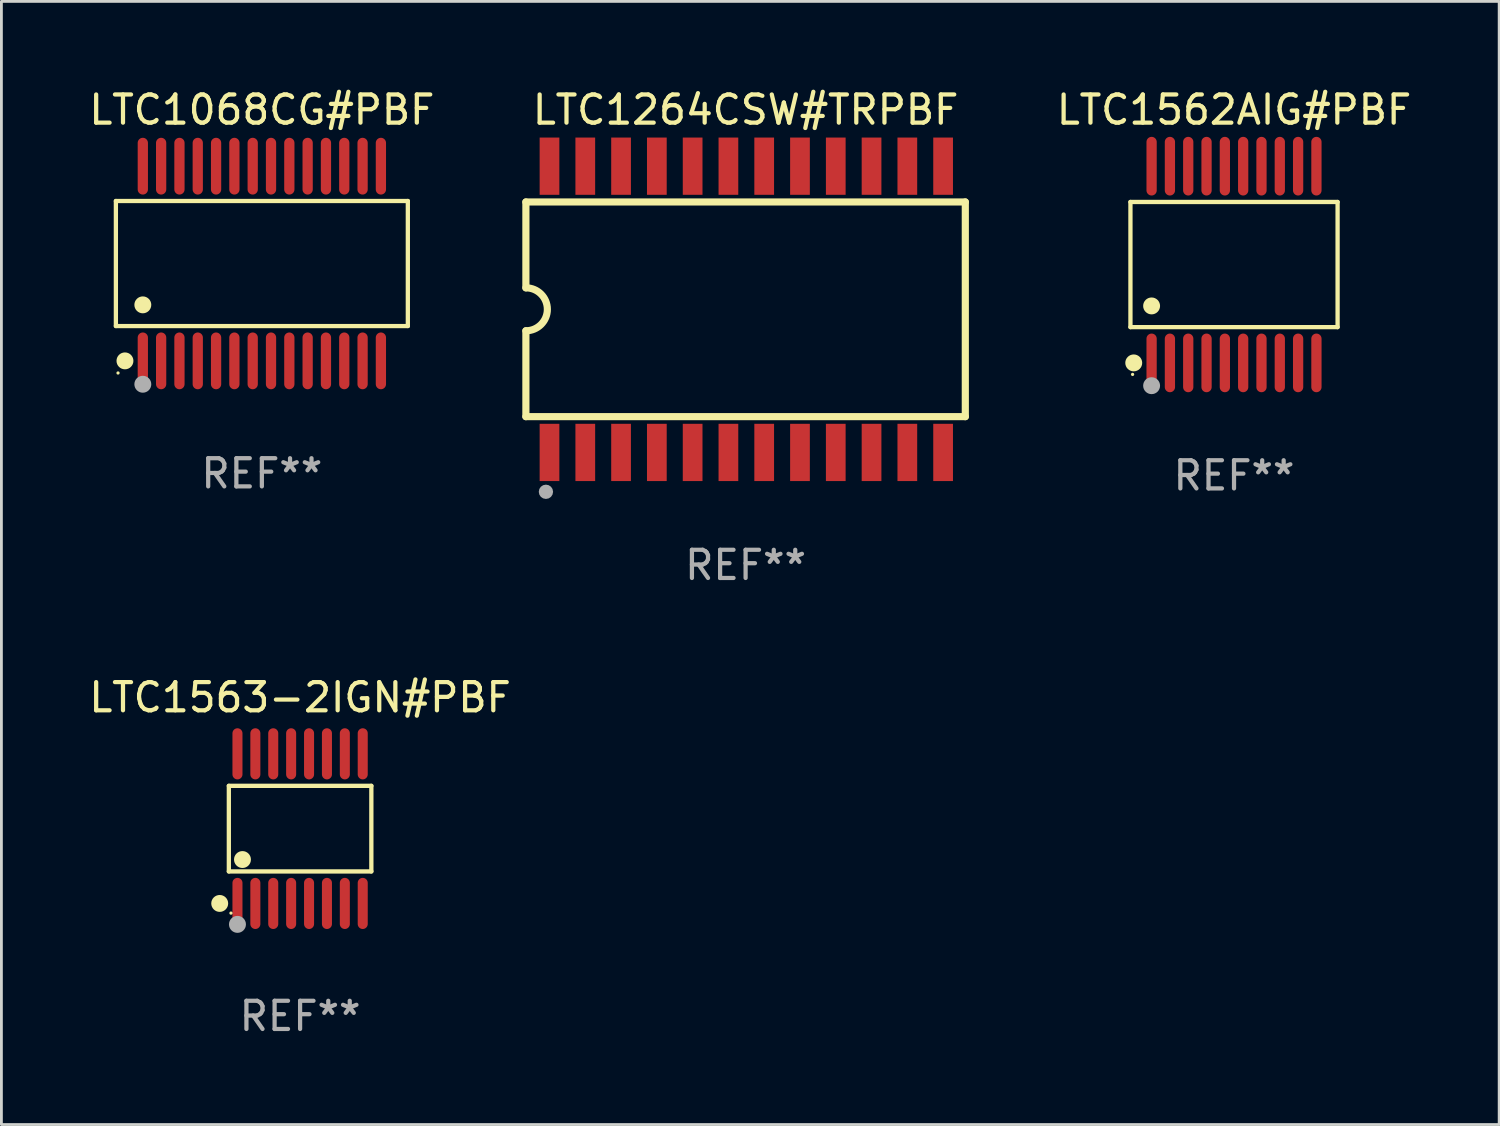
<source format=kicad_pcb>
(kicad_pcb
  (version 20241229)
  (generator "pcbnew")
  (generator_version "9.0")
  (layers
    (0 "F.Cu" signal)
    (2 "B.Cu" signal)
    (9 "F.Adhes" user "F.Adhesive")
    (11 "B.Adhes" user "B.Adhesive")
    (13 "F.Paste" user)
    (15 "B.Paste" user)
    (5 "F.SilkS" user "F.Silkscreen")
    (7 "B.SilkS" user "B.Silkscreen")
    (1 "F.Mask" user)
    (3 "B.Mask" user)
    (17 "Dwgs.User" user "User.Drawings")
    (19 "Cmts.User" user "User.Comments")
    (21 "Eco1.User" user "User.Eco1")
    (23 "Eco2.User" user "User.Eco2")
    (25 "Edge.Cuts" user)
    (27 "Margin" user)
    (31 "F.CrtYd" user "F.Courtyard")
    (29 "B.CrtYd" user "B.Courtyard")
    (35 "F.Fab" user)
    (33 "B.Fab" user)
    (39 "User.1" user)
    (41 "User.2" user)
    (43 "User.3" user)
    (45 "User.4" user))
  (footprint "LTC1068CG#PBF"
    (layer "F.Cu")
    (at 6.244 6.303)
    (property "Reference" "LTC1068CG#PBF" (at 0 -5.455 0) (layer "F.SilkS") (effects (font (size 1 1) (thickness 0.15))))
    (attr through_hole)
    (fp_line (start -5.181 -2.219) (end 5.181 -2.219) (stroke (width 0.152) (type solid)) (layer "F.SilkS"))
    (fp_line (start -5.181 2.219) (end -5.181 -2.219) (stroke (width 0.152) (type solid)) (layer "F.SilkS"))
    (fp_line (start 5.181 -2.219) (end 5.181 2.219) (stroke (width 0.152) (type solid)) (layer "F.SilkS"))
    (fp_line (start 5.181 2.219) (end -5.181 2.219) (stroke (width 0.152) (type solid)) (layer "F.SilkS"))
    (fp_circle (center -5.105 3.885) (end -5.075 3.885) (stroke (width 0.06) (type solid)) (fill no) (layer "F.SilkS"))
    (fp_circle (center -4.859 3.455) (end -4.709 3.455) (stroke (width 0.3) (type solid)) (fill no) (layer "F.SilkS"))
    (fp_circle (center -4.225 1.467) (end -4.075 1.467) (stroke (width 0.3) (type solid)) (fill no) (layer "F.SilkS"))
    (fp_circle (center -4.225 4.285) (end -4.075 4.285) (stroke (width 0.3) (type solid)) (fill no) (layer "F.Fab"))
    (fp_text user "REF**" (at 0 7.455 0) (layer "F.Fab") (effects (font (size 1 1) (thickness 0.15))))
    (pad "1" smd oval (at -4.225 3.455) (size 0.364 2.015) (layers "F.Cu" "F.Mask" "F.Paste"))
    (pad "2" smd oval (at -3.575 3.455) (size 0.364 2.015) (layers "F.Cu" "F.Mask" "F.Paste"))
    (pad "3" smd oval (at -2.925 3.455) (size 0.364 2.015) (layers "F.Cu" "F.Mask" "F.Paste"))
    (pad "4" smd oval (at -2.275 3.455) (size 0.364 2.015) (layers "F.Cu" "F.Mask" "F.Paste"))
    (pad "5" smd oval (at -1.625 3.455) (size 0.364 2.015) (layers "F.Cu" "F.Mask" "F.Paste"))
    (pad "6" smd oval (at -0.975 3.455) (size 0.364 2.015) (layers "F.Cu" "F.Mask" "F.Paste"))
    (pad "7" smd oval (at -0.325 3.455) (size 0.364 2.015) (layers "F.Cu" "F.Mask" "F.Paste"))
    (pad "8" smd oval (at 0.325 3.455) (size 0.364 2.015) (layers "F.Cu" "F.Mask" "F.Paste"))
    (pad "9" smd oval (at 0.975 3.455) (size 0.364 2.015) (layers "F.Cu" "F.Mask" "F.Paste"))
    (pad "10" smd oval (at 1.625 3.455) (size 0.364 2.015) (layers "F.Cu" "F.Mask" "F.Paste"))
    (pad "11" smd oval (at 2.275 3.455) (size 0.364 2.015) (layers "F.Cu" "F.Mask" "F.Paste"))
    (pad "12" smd oval (at 2.925 3.455) (size 0.364 2.015) (layers "F.Cu" "F.Mask" "F.Paste"))
    (pad "13" smd oval (at 3.575 3.455) (size 0.364 2.015) (layers "F.Cu" "F.Mask" "F.Paste"))
    (pad "14" smd oval (at 4.225 3.455) (size 0.364 2.015) (layers "F.Cu" "F.Mask" "F.Paste"))
    (pad "15" smd oval (at 4.225 -3.455) (size 0.364 2.015) (layers "F.Cu" "F.Mask" "F.Paste"))
    (pad "16" smd oval (at 3.575 -3.455) (size 0.364 2.015) (layers "F.Cu" "F.Mask" "F.Paste"))
    (pad "17" smd oval (at 2.925 -3.455) (size 0.364 2.015) (layers "F.Cu" "F.Mask" "F.Paste"))
    (pad "18" smd oval (at 2.275 -3.455) (size 0.364 2.015) (layers "F.Cu" "F.Mask" "F.Paste"))
    (pad "19" smd oval (at 1.625 -3.455) (size 0.364 2.015) (layers "F.Cu" "F.Mask" "F.Paste"))
    (pad "20" smd oval (at 0.975 -3.455) (size 0.364 2.015) (layers "F.Cu" "F.Mask" "F.Paste"))
    (pad "21" smd oval (at 0.325 -3.455) (size 0.364 2.015) (layers "F.Cu" "F.Mask" "F.Paste"))
    (pad "22" smd oval (at -0.325 -3.455) (size 0.364 2.015) (layers "F.Cu" "F.Mask" "F.Paste"))
    (pad "23" smd oval (at -0.975 -3.455) (size 0.364 2.015) (layers "F.Cu" "F.Mask" "F.Paste"))
    (pad "24" smd oval (at -1.625 -3.455) (size 0.364 2.015) (layers "F.Cu" "F.Mask" "F.Paste"))
    (pad "25" smd oval (at -2.275 -3.455) (size 0.364 2.015) (layers "F.Cu" "F.Mask" "F.Paste"))
    (pad "26" smd oval (at -2.925 -3.455) (size 0.364 2.015) (layers "F.Cu" "F.Mask" "F.Paste"))
    (pad "27" smd oval (at -3.575 -3.455) (size 0.364 2.015) (layers "F.Cu" "F.Mask" "F.Paste"))
    (pad "28" smd oval (at -4.225 -3.455) (size 0.364 2.015) (layers "F.Cu" "F.Mask" "F.Paste")))
  (footprint "LTC1562AIG#PBF"
    (layer "F.Cu")
    (at 40.748 6.339)
    (property "Reference" "LTC1562AIG#PBF" (at 0 -5.491 0) (layer "F.SilkS") (effects (font (size 1 1) (thickness 0.15))))
    (attr through_hole)
    (fp_line (start -3.676 -2.221) (end 3.676 -2.221) (stroke (width 0.152) (type solid)) (layer "F.SilkS"))
    (fp_line (start -3.676 2.221) (end -3.676 -2.221) (stroke (width 0.152) (type solid)) (layer "F.SilkS"))
    (fp_line (start 3.676 -2.221) (end 3.676 2.221) (stroke (width 0.152) (type solid)) (layer "F.SilkS"))
    (fp_line (start 3.676 2.221) (end -3.676 2.221) (stroke (width 0.152) (type solid)) (layer "F.SilkS"))
    (fp_circle (center -3.6 3.9) (end -3.57 3.9) (stroke (width 0.06) (type solid)) (fill no) (layer "F.SilkS"))
    (fp_circle (center -3.559 3.491) (end -3.409 3.491) (stroke (width 0.3) (type solid)) (fill no) (layer "F.SilkS"))
    (fp_circle (center -2.925 1.469) (end -2.775 1.469) (stroke (width 0.3) (type solid)) (fill no) (layer "F.SilkS"))
    (fp_circle (center -2.925 4.3) (end -2.775 4.3) (stroke (width 0.3) (type solid)) (fill no) (layer "F.Fab"))
    (fp_text user "REF**" (at 0 7.491 0) (layer "F.Fab") (effects (font (size 1 1) (thickness 0.15))))
    (pad "1" smd oval (at -2.925 3.491) (size 0.364 2.082) (layers "F.Cu" "F.Mask" "F.Paste"))
    (pad "2" smd oval (at -2.275 3.491) (size 0.364 2.082) (layers "F.Cu" "F.Mask" "F.Paste"))
    (pad "3" smd oval (at -1.625 3.491) (size 0.364 2.082) (layers "F.Cu" "F.Mask" "F.Paste"))
    (pad "4" smd oval (at -0.975 3.491) (size 0.364 2.082) (layers "F.Cu" "F.Mask" "F.Paste"))
    (pad "5" smd oval (at -0.325 3.491) (size 0.364 2.082) (layers "F.Cu" "F.Mask" "F.Paste"))
    (pad "6" smd oval (at 0.325 3.491) (size 0.364 2.082) (layers "F.Cu" "F.Mask" "F.Paste"))
    (pad "7" smd oval (at 0.975 3.491) (size 0.364 2.082) (layers "F.Cu" "F.Mask" "F.Paste"))
    (pad "8" smd oval (at 1.625 3.491) (size 0.364 2.082) (layers "F.Cu" "F.Mask" "F.Paste"))
    (pad "9" smd oval (at 2.275 3.491) (size 0.364 2.082) (layers "F.Cu" "F.Mask" "F.Paste"))
    (pad "10" smd oval (at 2.925 3.491) (size 0.364 2.082) (layers "F.Cu" "F.Mask" "F.Paste"))
    (pad "11" smd oval (at 2.925 -3.491) (size 0.364 2.082) (layers "F.Cu" "F.Mask" "F.Paste"))
    (pad "12" smd oval (at 2.275 -3.491) (size 0.364 2.082) (layers "F.Cu" "F.Mask" "F.Paste"))
    (pad "13" smd oval (at 1.625 -3.491) (size 0.364 2.082) (layers "F.Cu" "F.Mask" "F.Paste"))
    (pad "14" smd oval (at 0.975 -3.491) (size 0.364 2.082) (layers "F.Cu" "F.Mask" "F.Paste"))
    (pad "15" smd oval (at 0.325 -3.491) (size 0.364 2.082) (layers "F.Cu" "F.Mask" "F.Paste"))
    (pad "16" smd oval (at -0.325 -3.491) (size 0.364 2.082) (layers "F.Cu" "F.Mask" "F.Paste"))
    (pad "17" smd oval (at -0.975 -3.491) (size 0.364 2.082) (layers "F.Cu" "F.Mask" "F.Paste"))
    (pad "18" smd oval (at -1.625 -3.491) (size 0.364 2.082) (layers "F.Cu" "F.Mask" "F.Paste"))
    (pad "19" smd oval (at -2.275 -3.491) (size 0.364 2.082) (layers "F.Cu" "F.Mask" "F.Paste"))
    (pad "20" smd oval (at -2.925 -3.491) (size 0.364 2.082) (layers "F.Cu" "F.Mask" "F.Paste")))
  (footprint "LTC1563-2IGN#PBF"
    (layer "F.Cu")
    (at 7.601 26.36)
    (property "Reference" "LTC1563-2IGN#PBF" (at 0 -4.655 0) (layer "F.SilkS") (effects (font (size 1 1) (thickness 0.15))))
    (attr through_hole)
    (fp_line (start -2.529 -1.519) (end 2.529 -1.519) (stroke (width 0.152) (type solid)) (layer "F.SilkS"))
    (fp_line (start -2.529 1.519) (end -2.529 -1.519) (stroke (width 0.152) (type solid)) (layer "F.SilkS"))
    (fp_line (start 2.529 -1.519) (end 2.529 1.519) (stroke (width 0.152) (type solid)) (layer "F.SilkS"))
    (fp_line (start 2.529 1.519) (end -2.529 1.519) (stroke (width 0.152) (type solid)) (layer "F.SilkS"))
    (fp_circle (center -2.853 2.655) (end -2.703 2.655) (stroke (width 0.3) (type solid)) (fill no) (layer "F.SilkS"))
    (fp_circle (center -2.453 2.998) (end -2.423 2.998) (stroke (width 0.06) (type solid)) (fill no) (layer "F.SilkS"))
    (fp_circle (center -2.045 1.097) (end -1.895 1.097) (stroke (width 0.3) (type solid)) (fill no) (layer "F.SilkS"))
    (fp_circle (center -2.223 3.398) (end -2.072 3.398) (stroke (width 0.3) (type solid)) (fill no) (layer "F.Fab"))
    (fp_text user "REF**" (at 0 6.655 0) (layer "F.Fab") (effects (font (size 1 1) (thickness 0.15))))
    (pad "1" smd oval (at -2.223 2.655) (size 0.356 1.815) (layers "F.Cu" "F.Mask" "F.Paste"))
    (pad "2" smd oval (at -1.588 2.655) (size 0.356 1.815) (layers "F.Cu" "F.Mask" "F.Paste"))
    (pad "3" smd oval (at -0.953 2.655) (size 0.356 1.815) (layers "F.Cu" "F.Mask" "F.Paste"))
    (pad "4" smd oval (at -0.318 2.655) (size 0.356 1.815) (layers "F.Cu" "F.Mask" "F.Paste"))
    (pad "5" smd oval (at 0.318 2.655) (size 0.356 1.815) (layers "F.Cu" "F.Mask" "F.Paste"))
    (pad "6" smd oval (at 0.953 2.655) (size 0.356 1.815) (layers "F.Cu" "F.Mask" "F.Paste"))
    (pad "7" smd oval (at 1.588 2.655) (size 0.356 1.815) (layers "F.Cu" "F.Mask" "F.Paste"))
    (pad "8" smd oval (at 2.223 2.655) (size 0.356 1.815) (layers "F.Cu" "F.Mask" "F.Paste"))
    (pad "9" smd oval (at 2.223 -2.655) (size 0.356 1.815) (layers "F.Cu" "F.Mask" "F.Paste"))
    (pad "10" smd oval (at 1.588 -2.655) (size 0.356 1.815) (layers "F.Cu" "F.Mask" "F.Paste"))
    (pad "11" smd oval (at 0.953 -2.655) (size 0.356 1.815) (layers "F.Cu" "F.Mask" "F.Paste"))
    (pad "12" smd oval (at 0.318 -2.655) (size 0.356 1.815) (layers "F.Cu" "F.Mask" "F.Paste"))
    (pad "13" smd oval (at -0.318 -2.655) (size 0.356 1.815) (layers "F.Cu" "F.Mask" "F.Paste"))
    (pad "14" smd oval (at -0.953 -2.655) (size 0.356 1.815) (layers "F.Cu" "F.Mask" "F.Paste"))
    (pad "15" smd oval (at -1.588 -2.655) (size 0.356 1.815) (layers "F.Cu" "F.Mask" "F.Paste"))
    (pad "16" smd oval (at -2.223 -2.655) (size 0.356 1.815) (layers "F.Cu" "F.Mask" "F.Paste")))
  (footprint "LTC1264CSW#TRPBF"
    (layer "F.Cu")
    (at 23.413 7.928)
    (property "Reference" "LTC1264CSW#TRPBF" (at 0 -7.08 0) (layer "F.SilkS") (effects (font (size 1 1) (thickness 0.15))))
    (attr through_hole)
    (fp_line (start -7.798 -3.81) (end -7.798 -0.762) (stroke (width 0.254) (type solid)) (layer "F.SilkS"))
    (fp_line (start -7.798 3.81) (end -7.798 0.762) (stroke (width 0.254) (type solid)) (layer "F.SilkS"))
    (fp_line (start 7.798 -3.81) (end -7.798 -3.81) (stroke (width 0.254) (type solid)) (layer "F.SilkS"))
    (fp_line (start 7.798 3.81) (end -7.798 3.81) (stroke (width 0.254) (type solid)) (layer "F.SilkS"))
    (fp_line (start 7.798 3.81) (end 7.798 -3.81) (stroke (width 0.254) (type solid)) (layer "F.SilkS"))
    (fp_arc (start -7.797791 -0.762002) (mid -7.03579 -0.000001) (end -7.79779 0.762002) (stroke (width 0.254001) (type solid)) (layer "F.SilkS"))
    (fp_circle (center -7.825 3.75) (end -7.795 3.75) (stroke (width 0.06) (type solid)) (fill no) (layer "F.SilkS"))
    (fp_circle (center -7.087 6.477) (end -6.96 6.477) (stroke (width 0.254) (type solid)) (fill no) (layer "F.Fab"))
    (fp_text user "REF**" (at 0 9.08 0) (layer "F.Fab") (effects (font (size 1 1) (thickness 0.15))))
    (pad "1" smd rect (at -6.96 5.08 90) (size 2.032 0.7) (layers "F.Cu" "F.Mask" "F.Paste"))
    (pad "2" smd rect (at -5.69 5.08 90) (size 2.032 0.7) (layers "F.Cu" "F.Mask" "F.Paste"))
    (pad "3" smd rect (at -4.42 5.08 90) (size 2.032 0.7) (layers "F.Cu" "F.Mask" "F.Paste"))
    (pad "4" smd rect (at -3.15 5.08 90) (size 2.032 0.7) (layers "F.Cu" "F.Mask" "F.Paste"))
    (pad "5" smd rect (at -1.88 5.08 90) (size 2.032 0.7) (layers "F.Cu" "F.Mask" "F.Paste"))
    (pad "6" smd rect (at -0.61 5.08 90) (size 2.032 0.7) (layers "F.Cu" "F.Mask" "F.Paste"))
    (pad "7" smd rect (at 0.66 5.08 90) (size 2.032 0.7) (layers "F.Cu" "F.Mask" "F.Paste"))
    (pad "8" smd rect (at 1.93 5.08 90) (size 2.032 0.7) (layers "F.Cu" "F.Mask" "F.Paste"))
    (pad "9" smd rect (at 3.2 5.08 90) (size 2.032 0.7) (layers "F.Cu" "F.Mask" "F.Paste"))
    (pad "10" smd rect (at 4.47 5.08 90) (size 2.032 0.7) (layers "F.Cu" "F.Mask" "F.Paste"))
    (pad "11" smd rect (at 5.74 5.08 90) (size 2.032 0.7) (layers "F.Cu" "F.Mask" "F.Paste"))
    (pad "12" smd rect (at 7.01 5.08 90) (size 2.032 0.7) (layers "F.Cu" "F.Mask" "F.Paste"))
    (pad "13" smd rect (at 7.01 -5.08 90) (size 2.032 0.7) (layers "F.Cu" "F.Mask" "F.Paste"))
    (pad "14" smd rect (at 5.74 -5.08 90) (size 2.032 0.7) (layers "F.Cu" "F.Mask" "F.Paste"))
    (pad "15" smd rect (at 4.47 -5.08 90) (size 2.032 0.7) (layers "F.Cu" "F.Mask" "F.Paste"))
    (pad "16" smd rect (at 3.2 -5.08 90) (size 2.032 0.7) (layers "F.Cu" "F.Mask" "F.Paste"))
    (pad "17" smd rect (at 1.93 -5.08 90) (size 2.032 0.7) (layers "F.Cu" "F.Mask" "F.Paste"))
    (pad "18" smd rect (at 0.66 -5.08 90) (size 2.032 0.7) (layers "F.Cu" "F.Mask" "F.Paste"))
    (pad "19" smd rect (at -0.61 -5.08 90) (size 2.032 0.7) (layers "F.Cu" "F.Mask" "F.Paste"))
    (pad "20" smd rect (at -1.88 -5.08 90) (size 2.032 0.7) (layers "F.Cu" "F.Mask" "F.Paste"))
    (pad "21" smd rect (at -3.15 -5.08 90) (size 2.032 0.7) (layers "F.Cu" "F.Mask" "F.Paste"))
    (pad "22" smd rect (at -4.42 -5.08 90) (size 2.032 0.7) (layers "F.Cu" "F.Mask" "F.Paste"))
    (pad "23" smd rect (at -5.69 -5.08 90) (size 2.032 0.7) (layers "F.Cu" "F.Mask" "F.Paste"))
    (pad "24" smd rect (at -6.96 -5.08 90) (size 2.032 0.7) (layers "F.Cu" "F.Mask" "F.Paste")))
  (gr_rect
    (start -3 -3)
    (end 50.159 36.863)
    (stroke (width 0.1) (type default))
    (fill no)
    (layer "Edge.Cuts")))
</source>
